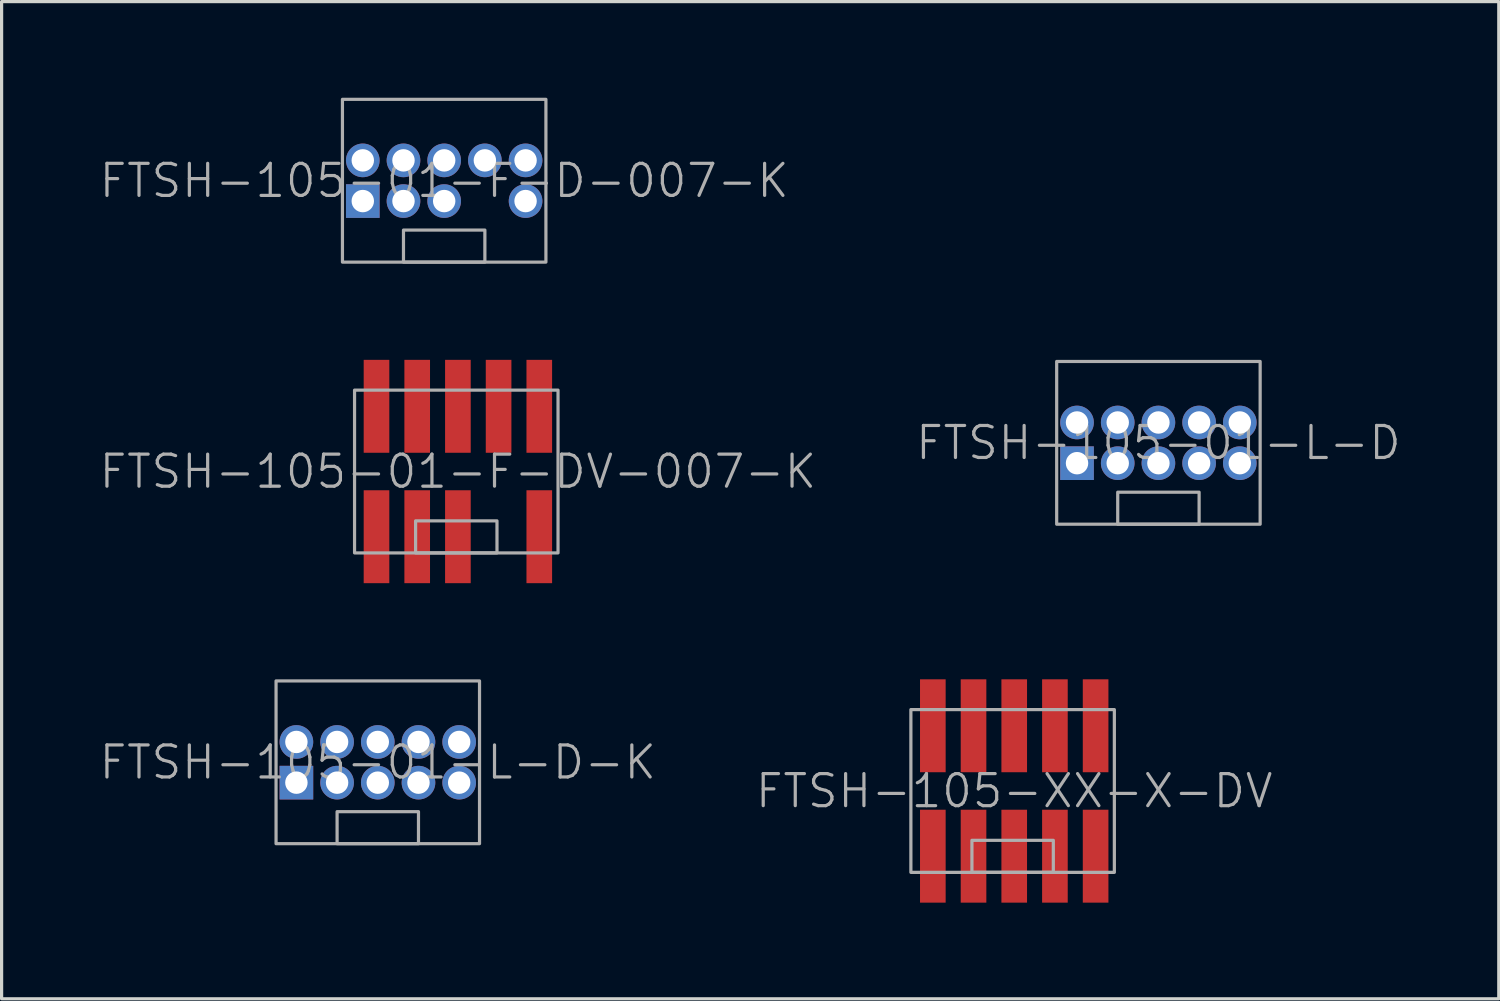
<source format=kicad_pcb>
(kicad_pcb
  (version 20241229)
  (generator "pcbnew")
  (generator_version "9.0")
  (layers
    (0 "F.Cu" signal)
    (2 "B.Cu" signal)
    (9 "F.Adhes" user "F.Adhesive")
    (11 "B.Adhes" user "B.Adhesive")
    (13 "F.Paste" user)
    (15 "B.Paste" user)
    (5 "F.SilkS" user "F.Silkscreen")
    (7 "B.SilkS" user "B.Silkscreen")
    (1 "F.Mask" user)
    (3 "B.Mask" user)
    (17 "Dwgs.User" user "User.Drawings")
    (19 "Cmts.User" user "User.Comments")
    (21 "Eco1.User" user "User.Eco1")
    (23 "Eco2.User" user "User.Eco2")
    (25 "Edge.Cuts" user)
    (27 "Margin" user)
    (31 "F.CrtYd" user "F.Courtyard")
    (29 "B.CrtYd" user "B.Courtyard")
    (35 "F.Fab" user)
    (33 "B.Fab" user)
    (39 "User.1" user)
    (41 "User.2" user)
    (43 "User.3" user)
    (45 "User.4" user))
  (footprint "FTSH-105-01-L-D"
    (layer "F.Cu")
    (at 33.102 10.77)
    (property "Reference" "FTSH-105-01-L-D" (at 0 0 0) (unlocked yes) (layer "F.Fab") (effects (font (size 1 1) (thickness 0.1))))
    (attr through_hole)
    (fp_rect (start -3.175 2.54) (end 3.175 -2.54) (stroke (width 0.1) (type default)) (fill no) (layer "F.Fab"))
    (fp_rect (start -1.27 2.54) (end 1.27 1.54) (stroke (width 0.1) (type default)) (fill no) (layer "F.Fab"))
    (pad "1" thru_hole rect (at -2.54 0.635) (size 1.05 1.05) (drill 0.7) (layers "*.Cu" "*.Mask"))
    (pad "2" thru_hole circle (at -2.54 -0.635) (size 1.05 1.05) (drill 0.7) (layers "*.Cu" "*.Mask"))
    (pad "3" thru_hole circle (at -1.27 0.635) (size 1.05 1.05) (drill 0.7) (layers "*.Cu" "*.Mask"))
    (pad "4" thru_hole circle (at -1.27 -0.635) (size 1.05 1.05) (drill 0.7) (layers "*.Cu" "*.Mask"))
    (pad "5" thru_hole circle (at 0 0.635) (size 1.05 1.05) (drill 0.7) (layers "*.Cu" "*.Mask"))
    (pad "6" thru_hole circle (at 0 -0.635) (size 1.05 1.05) (drill 0.7) (layers "*.Cu" "*.Mask"))
    (pad "7" thru_hole circle (at 1.27 0.635) (size 1.05 1.05) (drill 0.7) (layers "*.Cu" "*.Mask"))
    (pad "8" thru_hole circle (at 1.27 -0.635) (size 1.05 1.05) (drill 0.7) (layers "*.Cu" "*.Mask"))
    (pad "9" thru_hole circle (at 2.54 0.635) (size 1.05 1.05) (drill 0.7) (layers "*.Cu" "*.Mask"))
    (pad "10" thru_hole circle (at 2.54 -0.635) (size 1.05 1.05) (drill 0.7) (layers "*.Cu" "*.Mask")))
  (footprint "FTSH-105-01-L-D-K"
    (layer "F.Cu")
    (at 8.74 20.74)
    (property "Reference" "FTSH-105-01-L-D-K" (at 0 0 0) (unlocked yes) (layer "F.Fab") (effects (font (size 1 1) (thickness 0.1))))
    (attr through_hole)
    (fp_rect (start -3.175 2.54) (end 3.175 -2.54) (stroke (width 0.1) (type default)) (fill no) (layer "F.Fab"))
    (fp_rect (start -1.27 2.54) (end 1.27 1.54) (stroke (width 0.1) (type default)) (fill no) (layer "F.Fab"))
    (pad "1" thru_hole rect (at -2.54 0.635) (size 1.05 1.05) (drill 0.7) (layers "*.Cu" "*.Mask"))
    (pad "2" thru_hole circle (at -2.54 -0.635) (size 1.05 1.05) (drill 0.7) (layers "*.Cu" "*.Mask"))
    (pad "3" thru_hole circle (at -1.27 0.635) (size 1.05 1.05) (drill 0.7) (layers "*.Cu" "*.Mask"))
    (pad "4" thru_hole circle (at -1.27 -0.635) (size 1.05 1.05) (drill 0.7) (layers "*.Cu" "*.Mask"))
    (pad "5" thru_hole circle (at 0 0.635) (size 1.05 1.05) (drill 0.7) (layers "*.Cu" "*.Mask"))
    (pad "6" thru_hole circle (at 0 -0.635) (size 1.05 1.05) (drill 0.7) (layers "*.Cu" "*.Mask"))
    (pad "7" thru_hole circle (at 1.27 0.635) (size 1.05 1.05) (drill 0.7) (layers "*.Cu" "*.Mask"))
    (pad "8" thru_hole circle (at 1.27 -0.635) (size 1.05 1.05) (drill 0.7) (layers "*.Cu" "*.Mask"))
    (pad "9" thru_hole circle (at 2.54 0.635) (size 1.05 1.05) (drill 0.7) (layers "*.Cu" "*.Mask"))
    (pad "10" thru_hole circle (at 2.54 -0.635) (size 1.05 1.05) (drill 0.7) (layers "*.Cu" "*.Mask")))
  (footprint "FTSH-105-01-F-DV-007-K"
    (layer "F.Cu")
    (at 11.24 11.665)
    (property "Reference" "FTSH-105-01-F-DV-007-K" (at 0 0 0) (layer "F.Fab") (effects (font (size 1 1) (thickness 0.1))))
    (attr smd)
    (fp_rect (start -3.225 2.54) (end 3.125 -2.54) (stroke (width 0.1) (type default)) (fill no) (layer "F.Fab"))
    (fp_rect (start -1.32 2.54) (end 1.22 1.54) (stroke (width 0.1) (type default)) (fill no) (layer "F.Fab"))
    (pad "1" smd rect (at -2.54 2.035) (size 0.8 2.9) (layers "F.Cu" "F.Mask"))
    (pad "2" smd rect (at -2.54 -2.035) (size 0.8 2.9) (layers "F.Cu" "F.Mask"))
    (pad "3" smd rect (at -1.27 2.035) (size 0.8 2.9) (layers "F.Cu" "F.Mask"))
    (pad "4" smd rect (at -1.27 -2.035) (size 0.8 2.9) (layers "F.Cu" "F.Mask"))
    (pad "5" smd rect (at 0 2.035) (size 0.8 2.9) (layers "F.Cu" "F.Mask"))
    (pad "6" smd rect (at 0 -2.035) (size 0.8 2.9) (layers "F.Cu" "F.Mask"))
    (pad "8" smd rect (at 1.27 -2.035) (size 0.8 2.9) (layers "F.Cu" "F.Mask"))
    (pad "9" smd rect (at 2.54 2.035) (size 0.8 2.9) (layers "F.Cu" "F.Mask"))
    (pad "10" smd rect (at 2.54 -2.035) (size 0.8 2.9) (layers "F.Cu" "F.Mask")))
  (footprint "FTSH-105-XX-X-DV"
    (layer "F.Cu")
    (at 28.602 21.635)
    (property "Reference" "FTSH-105-XX-X-DV" (at 0 0 0) (layer "F.Fab") (effects (font (size 1 1) (thickness 0.1))))
    (attr smd)
    (fp_rect (start -3.225 2.54) (end 3.125 -2.54) (stroke (width 0.1) (type default)) (fill no) (layer "F.Fab"))
    (fp_rect (start -1.32 2.54) (end 1.22 1.54) (stroke (width 0.1) (type default)) (fill no) (layer "F.Fab"))
    (pad "1" smd rect (at -2.54 2.035) (size 0.8 2.9) (layers "F.Cu" "F.Mask"))
    (pad "2" smd rect (at -2.54 -2.035) (size 0.8 2.9) (layers "F.Cu" "F.Mask"))
    (pad "3" smd rect (at -1.27 2.035) (size 0.8 2.9) (layers "F.Cu" "F.Mask"))
    (pad "4" smd rect (at -1.27 -2.035) (size 0.8 2.9) (layers "F.Cu" "F.Mask"))
    (pad "5" smd rect (at 0 2.035) (size 0.8 2.9) (layers "F.Cu" "F.Mask"))
    (pad "6" smd rect (at 0 -2.035) (size 0.8 2.9) (layers "F.Cu" "F.Mask"))
    (pad "7" smd rect (at 1.27 2.035) (size 0.8 2.9) (layers "F.Cu" "F.Mask"))
    (pad "8" smd rect (at 1.27 -2.035) (size 0.8 2.9) (layers "F.Cu" "F.Mask"))
    (pad "9" smd rect (at 2.54 2.035) (size 0.8 2.9) (layers "F.Cu" "F.Mask"))
    (pad "10" smd rect (at 2.54 -2.035) (size 0.8 2.9) (layers "F.Cu" "F.Mask")))
  (footprint "FTSH-105-01-F-D-007-K"
    (layer "F.Cu")
    (at 10.812 2.59)
    (property "Reference" "FTSH-105-01-F-D-007-K" (at 0 0 0) (unlocked yes) (layer "F.Fab") (effects (font (size 1 1) (thickness 0.1))))
    (attr through_hole)
    (fp_rect (start -3.175 2.54) (end 3.175 -2.54) (stroke (width 0.1) (type default)) (fill no) (layer "F.Fab"))
    (fp_rect (start -1.27 2.54) (end 1.27 1.54) (stroke (width 0.1) (type default)) (fill no) (layer "F.Fab"))
    (pad "1" thru_hole rect (at -2.54 0.635) (size 1.05 1.05) (drill 0.7) (layers "*.Cu" "*.Mask"))
    (pad "2" thru_hole circle (at -2.54 -0.635) (size 1.05 1.05) (drill 0.7) (layers "*.Cu" "*.Mask"))
    (pad "3" thru_hole circle (at -1.27 0.635) (size 1.05 1.05) (drill 0.7) (layers "*.Cu" "*.Mask"))
    (pad "4" thru_hole circle (at -1.27 -0.635) (size 1.05 1.05) (drill 0.7) (layers "*.Cu" "*.Mask"))
    (pad "5" thru_hole circle (at 0 0.635) (size 1.05 1.05) (drill 0.7) (layers "*.Cu" "*.Mask"))
    (pad "6" thru_hole circle (at 0 -0.635) (size 1.05 1.05) (drill 0.7) (layers "*.Cu" "*.Mask"))
    (pad "8" thru_hole circle (at 1.27 -0.635) (size 1.05 1.05) (drill 0.7) (layers "*.Cu" "*.Mask"))
    (pad "9" thru_hole circle (at 2.54 0.635) (size 1.05 1.05) (drill 0.7) (layers "*.Cu" "*.Mask"))
    (pad "10" thru_hole circle (at 2.54 -0.635) (size 1.05 1.05) (drill 0.7) (layers "*.Cu" "*.Mask")))
  (gr_rect
    (start -3 -3)
    (end 43.724 28.12)
    (stroke (width 0.1) (type default))
    (fill no)
    (layer "Edge.Cuts")))
</source>
